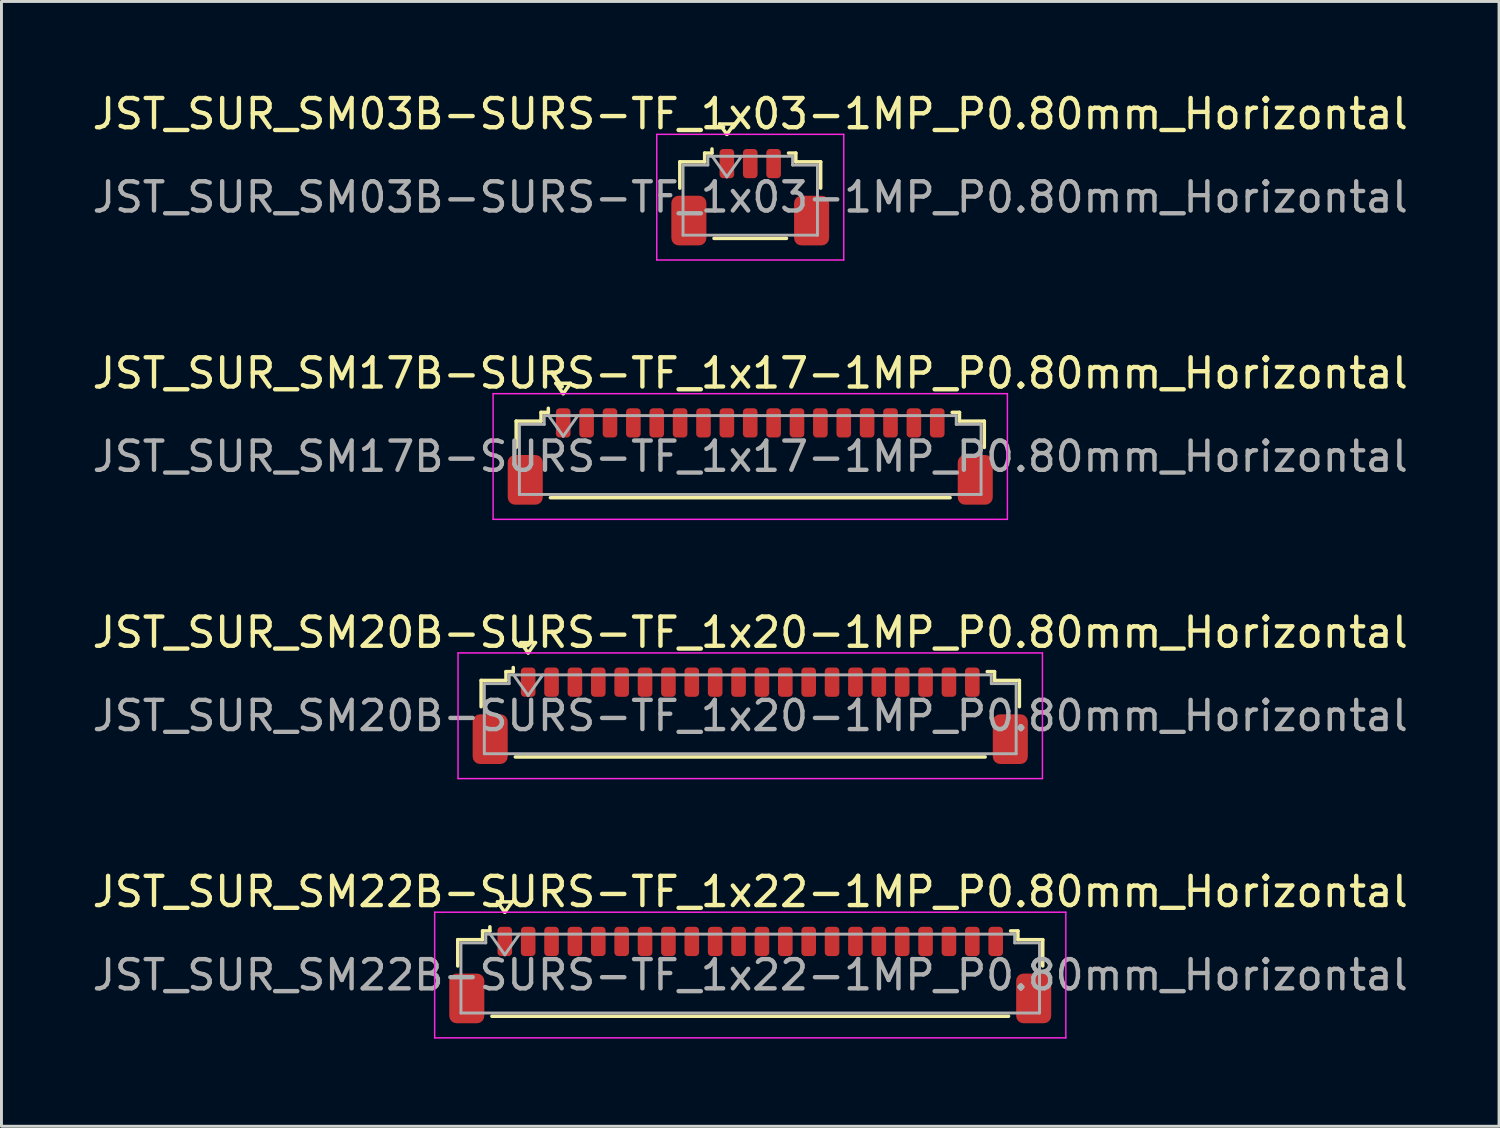
<source format=kicad_pcb>
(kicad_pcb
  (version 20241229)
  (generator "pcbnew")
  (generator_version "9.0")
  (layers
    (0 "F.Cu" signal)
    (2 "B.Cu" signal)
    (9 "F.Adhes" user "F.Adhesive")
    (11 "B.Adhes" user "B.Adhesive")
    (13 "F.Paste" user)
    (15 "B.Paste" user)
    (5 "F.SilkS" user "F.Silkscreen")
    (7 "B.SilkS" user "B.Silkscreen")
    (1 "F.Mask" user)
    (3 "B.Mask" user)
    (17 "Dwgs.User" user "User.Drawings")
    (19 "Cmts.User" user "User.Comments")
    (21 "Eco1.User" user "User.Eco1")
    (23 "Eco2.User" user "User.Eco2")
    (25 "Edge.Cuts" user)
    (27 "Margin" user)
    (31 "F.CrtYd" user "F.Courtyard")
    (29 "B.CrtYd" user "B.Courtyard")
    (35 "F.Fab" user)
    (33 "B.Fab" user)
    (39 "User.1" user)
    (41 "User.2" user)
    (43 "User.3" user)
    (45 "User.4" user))
  (footprint "JST_SUR_SM20B-SURS-TF_1x20-1MP_P0.80mm_Horizontal"
    (layer "F.Cu")
    (at 22.625 21.445)
    (property "Reference" "JST_SUR_SM20B-SURS-TF_1x20-1MP_P0.80mm_Horizontal" (at 0 -2.85 0) (layer "F.SilkS") (effects (font (size 1 1) (thickness 0.15))))
    (attr smd)
    (fp_line (start -9.21 -1.21) (end -8.36 -1.21) (stroke (width 0.12) (type solid)) (layer "F.SilkS"))
    (fp_line (start -9.21 -0.31) (end -9.21 -1.21) (stroke (width 0.12) (type solid)) (layer "F.SilkS"))
    (fp_line (start -8.36 -1.51) (end -8.11 -1.51) (stroke (width 0.12) (type solid)) (layer "F.SilkS"))
    (fp_line (start -8.36 -1.21) (end -8.36 -1.51) (stroke (width 0.12) (type solid)) (layer "F.SilkS"))
    (fp_line (start -8.11 -1.51) (end -8.11 -1.65) (stroke (width 0.12) (type solid)) (layer "F.SilkS"))
    (fp_line (start -8.04 1.41) (end 8.04 1.41) (stroke (width 0.12) (type solid)) (layer "F.SilkS"))
    (fp_line (start -7.85 -2.504) (end -7.6 -2.15) (stroke (width 0.12) (type solid)) (layer "F.SilkS"))
    (fp_line (start -7.6 -2.15) (end -7.35 -2.504) (stroke (width 0.12) (type solid)) (layer "F.SilkS"))
    (fp_line (start -7.35 -2.504) (end -7.85 -2.504) (stroke (width 0.12) (type solid)) (layer "F.SilkS"))
    (fp_line (start 8.36 -1.51) (end 8.11 -1.51) (stroke (width 0.12) (type solid)) (layer "F.SilkS"))
    (fp_line (start 8.36 -1.21) (end 8.36 -1.51) (stroke (width 0.12) (type solid)) (layer "F.SilkS"))
    (fp_line (start 9.21 -1.21) (end 8.36 -1.21) (stroke (width 0.12) (type solid)) (layer "F.SilkS"))
    (fp_line (start 9.21 -0.31) (end 9.21 -1.21) (stroke (width 0.12) (type solid)) (layer "F.SilkS"))
    (fp_line (start -10 -2.15) (end -10 2.15) (stroke (width 0.05) (type solid)) (layer "F.CrtYd"))
    (fp_line (start -10 2.15) (end 10 2.15) (stroke (width 0.05) (type solid)) (layer "F.CrtYd"))
    (fp_line (start 10 -2.15) (end -10 -2.15) (stroke (width 0.05) (type solid)) (layer "F.CrtYd"))
    (fp_line (start 10 2.15) (end 10 -2.15) (stroke (width 0.05) (type solid)) (layer "F.CrtYd"))
    (fp_line (start -9.1 -1.1) (end -9.1 1.3) (stroke (width 0.1) (type solid)) (layer "F.Fab"))
    (fp_line (start -9.1 -1.1) (end -8.25 -1.1) (stroke (width 0.1) (type solid)) (layer "F.Fab"))
    (fp_line (start -9.1 1.3) (end 9.1 1.3) (stroke (width 0.1) (type solid)) (layer "F.Fab"))
    (fp_line (start -8.25 -1.4) (end 8.25 -1.4) (stroke (width 0.1) (type solid)) (layer "F.Fab"))
    (fp_line (start -8.25 -1.1) (end -8.25 -1.4) (stroke (width 0.1) (type solid)) (layer "F.Fab"))
    (fp_line (start -8.1 -1.4) (end -7.6 -0.693) (stroke (width 0.1) (type solid)) (layer "F.Fab"))
    (fp_line (start -7.6 -0.693) (end -7.1 -1.4) (stroke (width 0.1) (type solid)) (layer "F.Fab"))
    (fp_line (start 8.25 -1.4) (end 8.25 -1.1) (stroke (width 0.1) (type solid)) (layer "F.Fab"))
    (fp_line (start 8.25 -1.1) (end 9.1 -1.1) (stroke (width 0.1) (type solid)) (layer "F.Fab"))
    (fp_line (start 9.1 -1.1) (end 9.1 1.3) (stroke (width 0.1) (type solid)) (layer "F.Fab"))
    (fp_text user "${REFERENCE}" (at 0 0 0) (layer "F.Fab") (effects (font (size 1 1) (thickness 0.15))))
    (pad "1" smd roundrect (at -7.6 -1.15) (size 0.5 1) (layers "F.Cu" "F.Mask" "F.Paste") (roundrect_rratio 0.25))
    (pad "2" smd roundrect (at -6.8 -1.15) (size 0.5 1) (layers "F.Cu" "F.Mask" "F.Paste") (roundrect_rratio 0.25))
    (pad "3" smd roundrect (at -6 -1.15) (size 0.5 1) (layers "F.Cu" "F.Mask" "F.Paste") (roundrect_rratio 0.25))
    (pad "4" smd roundrect (at -5.2 -1.15) (size 0.5 1) (layers "F.Cu" "F.Mask" "F.Paste") (roundrect_rratio 0.25))
    (pad "5" smd roundrect (at -4.4 -1.15) (size 0.5 1) (layers "F.Cu" "F.Mask" "F.Paste") (roundrect_rratio 0.25))
    (pad "6" smd roundrect (at -3.6 -1.15) (size 0.5 1) (layers "F.Cu" "F.Mask" "F.Paste") (roundrect_rratio 0.25))
    (pad "7" smd roundrect (at -2.8 -1.15) (size 0.5 1) (layers "F.Cu" "F.Mask" "F.Paste") (roundrect_rratio 0.25))
    (pad "8" smd roundrect (at -2 -1.15) (size 0.5 1) (layers "F.Cu" "F.Mask" "F.Paste") (roundrect_rratio 0.25))
    (pad "9" smd roundrect (at -1.2 -1.15) (size 0.5 1) (layers "F.Cu" "F.Mask" "F.Paste") (roundrect_rratio 0.25))
    (pad "10" smd roundrect (at -0.4 -1.15) (size 0.5 1) (layers "F.Cu" "F.Mask" "F.Paste") (roundrect_rratio 0.25))
    (pad "11" smd roundrect (at 0.4 -1.15) (size 0.5 1) (layers "F.Cu" "F.Mask" "F.Paste") (roundrect_rratio 0.25))
    (pad "12" smd roundrect (at 1.2 -1.15) (size 0.5 1) (layers "F.Cu" "F.Mask" "F.Paste") (roundrect_rratio 0.25))
    (pad "13" smd roundrect (at 2 -1.15) (size 0.5 1) (layers "F.Cu" "F.Mask" "F.Paste") (roundrect_rratio 0.25))
    (pad "14" smd roundrect (at 2.8 -1.15) (size 0.5 1) (layers "F.Cu" "F.Mask" "F.Paste") (roundrect_rratio 0.25))
    (pad "15" smd roundrect (at 3.6 -1.15) (size 0.5 1) (layers "F.Cu" "F.Mask" "F.Paste") (roundrect_rratio 0.25))
    (pad "16" smd roundrect (at 4.4 -1.15) (size 0.5 1) (layers "F.Cu" "F.Mask" "F.Paste") (roundrect_rratio 0.25))
    (pad "17" smd roundrect (at 5.2 -1.15) (size 0.5 1) (layers "F.Cu" "F.Mask" "F.Paste") (roundrect_rratio 0.25))
    (pad "18" smd roundrect (at 6 -1.15) (size 0.5 1) (layers "F.Cu" "F.Mask" "F.Paste") (roundrect_rratio 0.25))
    (pad "19" smd roundrect (at 6.8 -1.15) (size 0.5 1) (layers "F.Cu" "F.Mask" "F.Paste") (roundrect_rratio 0.25))
    (pad "20" smd roundrect (at 7.6 -1.15) (size 0.5 1) (layers "F.Cu" "F.Mask" "F.Paste") (roundrect_rratio 0.25))
    (pad "MP" smd roundrect (at -8.9 0.8) (size 1.2 1.7) (layers "F.Cu" "F.Mask" "F.Paste") (roundrect_rratio 0.208))
    (pad "MP" smd roundrect (at 8.9 0.8) (size 1.2 1.7) (layers "F.Cu" "F.Mask" "F.Paste") (roundrect_rratio 0.208)))
  (footprint "JST_SUR_SM22B-SURS-TF_1x22-1MP_P0.80mm_Horizontal"
    (layer "F.Cu")
    (at 22.625 30.318)
    (property "Reference" "JST_SUR_SM22B-SURS-TF_1x22-1MP_P0.80mm_Horizontal" (at 0 -2.85 0) (layer "F.SilkS") (effects (font (size 1 1) (thickness 0.15))))
    (attr smd)
    (fp_line (start -10.01 -1.21) (end -9.16 -1.21) (stroke (width 0.12) (type solid)) (layer "F.SilkS"))
    (fp_line (start -10.01 -0.31) (end -10.01 -1.21) (stroke (width 0.12) (type solid)) (layer "F.SilkS"))
    (fp_line (start -9.16 -1.51) (end -8.91 -1.51) (stroke (width 0.12) (type solid)) (layer "F.SilkS"))
    (fp_line (start -9.16 -1.21) (end -9.16 -1.51) (stroke (width 0.12) (type solid)) (layer "F.SilkS"))
    (fp_line (start -8.91 -1.51) (end -8.91 -1.65) (stroke (width 0.12) (type solid)) (layer "F.SilkS"))
    (fp_line (start -8.84 1.41) (end 8.84 1.41) (stroke (width 0.12) (type solid)) (layer "F.SilkS"))
    (fp_line (start -8.65 -2.504) (end -8.4 -2.15) (stroke (width 0.12) (type solid)) (layer "F.SilkS"))
    (fp_line (start -8.4 -2.15) (end -8.15 -2.504) (stroke (width 0.12) (type solid)) (layer "F.SilkS"))
    (fp_line (start -8.15 -2.504) (end -8.65 -2.504) (stroke (width 0.12) (type solid)) (layer "F.SilkS"))
    (fp_line (start 9.16 -1.51) (end 8.91 -1.51) (stroke (width 0.12) (type solid)) (layer "F.SilkS"))
    (fp_line (start 9.16 -1.21) (end 9.16 -1.51) (stroke (width 0.12) (type solid)) (layer "F.SilkS"))
    (fp_line (start 10.01 -1.21) (end 9.16 -1.21) (stroke (width 0.12) (type solid)) (layer "F.SilkS"))
    (fp_line (start 10.01 -0.31) (end 10.01 -1.21) (stroke (width 0.12) (type solid)) (layer "F.SilkS"))
    (fp_line (start -10.8 -2.15) (end -10.8 2.15) (stroke (width 0.05) (type solid)) (layer "F.CrtYd"))
    (fp_line (start -10.8 2.15) (end 10.8 2.15) (stroke (width 0.05) (type solid)) (layer "F.CrtYd"))
    (fp_line (start 10.8 -2.15) (end -10.8 -2.15) (stroke (width 0.05) (type solid)) (layer "F.CrtYd"))
    (fp_line (start 10.8 2.15) (end 10.8 -2.15) (stroke (width 0.05) (type solid)) (layer "F.CrtYd"))
    (fp_line (start -9.9 -1.1) (end -9.9 1.3) (stroke (width 0.1) (type solid)) (layer "F.Fab"))
    (fp_line (start -9.9 -1.1) (end -9.05 -1.1) (stroke (width 0.1) (type solid)) (layer "F.Fab"))
    (fp_line (start -9.9 1.3) (end 9.9 1.3) (stroke (width 0.1) (type solid)) (layer "F.Fab"))
    (fp_line (start -9.05 -1.4) (end 9.05 -1.4) (stroke (width 0.1) (type solid)) (layer "F.Fab"))
    (fp_line (start -9.05 -1.1) (end -9.05 -1.4) (stroke (width 0.1) (type solid)) (layer "F.Fab"))
    (fp_line (start -8.9 -1.4) (end -8.4 -0.693) (stroke (width 0.1) (type solid)) (layer "F.Fab"))
    (fp_line (start -8.4 -0.693) (end -7.9 -1.4) (stroke (width 0.1) (type solid)) (layer "F.Fab"))
    (fp_line (start 9.05 -1.4) (end 9.05 -1.1) (stroke (width 0.1) (type solid)) (layer "F.Fab"))
    (fp_line (start 9.05 -1.1) (end 9.9 -1.1) (stroke (width 0.1) (type solid)) (layer "F.Fab"))
    (fp_line (start 9.9 -1.1) (end 9.9 1.3) (stroke (width 0.1) (type solid)) (layer "F.Fab"))
    (fp_text user "${REFERENCE}" (at 0 0 0) (layer "F.Fab") (effects (font (size 1 1) (thickness 0.15))))
    (pad "1" smd roundrect (at -8.4 -1.15) (size 0.5 1) (layers "F.Cu" "F.Mask" "F.Paste") (roundrect_rratio 0.25))
    (pad "2" smd roundrect (at -7.6 -1.15) (size 0.5 1) (layers "F.Cu" "F.Mask" "F.Paste") (roundrect_rratio 0.25))
    (pad "3" smd roundrect (at -6.8 -1.15) (size 0.5 1) (layers "F.Cu" "F.Mask" "F.Paste") (roundrect_rratio 0.25))
    (pad "4" smd roundrect (at -6 -1.15) (size 0.5 1) (layers "F.Cu" "F.Mask" "F.Paste") (roundrect_rratio 0.25))
    (pad "5" smd roundrect (at -5.2 -1.15) (size 0.5 1) (layers "F.Cu" "F.Mask" "F.Paste") (roundrect_rratio 0.25))
    (pad "6" smd roundrect (at -4.4 -1.15) (size 0.5 1) (layers "F.Cu" "F.Mask" "F.Paste") (roundrect_rratio 0.25))
    (pad "7" smd roundrect (at -3.6 -1.15) (size 0.5 1) (layers "F.Cu" "F.Mask" "F.Paste") (roundrect_rratio 0.25))
    (pad "8" smd roundrect (at -2.8 -1.15) (size 0.5 1) (layers "F.Cu" "F.Mask" "F.Paste") (roundrect_rratio 0.25))
    (pad "9" smd roundrect (at -2 -1.15) (size 0.5 1) (layers "F.Cu" "F.Mask" "F.Paste") (roundrect_rratio 0.25))
    (pad "10" smd roundrect (at -1.2 -1.15) (size 0.5 1) (layers "F.Cu" "F.Mask" "F.Paste") (roundrect_rratio 0.25))
    (pad "11" smd roundrect (at -0.4 -1.15) (size 0.5 1) (layers "F.Cu" "F.Mask" "F.Paste") (roundrect_rratio 0.25))
    (pad "12" smd roundrect (at 0.4 -1.15) (size 0.5 1) (layers "F.Cu" "F.Mask" "F.Paste") (roundrect_rratio 0.25))
    (pad "13" smd roundrect (at 1.2 -1.15) (size 0.5 1) (layers "F.Cu" "F.Mask" "F.Paste") (roundrect_rratio 0.25))
    (pad "14" smd roundrect (at 2 -1.15) (size 0.5 1) (layers "F.Cu" "F.Mask" "F.Paste") (roundrect_rratio 0.25))
    (pad "15" smd roundrect (at 2.8 -1.15) (size 0.5 1) (layers "F.Cu" "F.Mask" "F.Paste") (roundrect_rratio 0.25))
    (pad "16" smd roundrect (at 3.6 -1.15) (size 0.5 1) (layers "F.Cu" "F.Mask" "F.Paste") (roundrect_rratio 0.25))
    (pad "17" smd roundrect (at 4.4 -1.15) (size 0.5 1) (layers "F.Cu" "F.Mask" "F.Paste") (roundrect_rratio 0.25))
    (pad "18" smd roundrect (at 5.2 -1.15) (size 0.5 1) (layers "F.Cu" "F.Mask" "F.Paste") (roundrect_rratio 0.25))
    (pad "19" smd roundrect (at 6 -1.15) (size 0.5 1) (layers "F.Cu" "F.Mask" "F.Paste") (roundrect_rratio 0.25))
    (pad "20" smd roundrect (at 6.8 -1.15) (size 0.5 1) (layers "F.Cu" "F.Mask" "F.Paste") (roundrect_rratio 0.25))
    (pad "21" smd roundrect (at 7.6 -1.15) (size 0.5 1) (layers "F.Cu" "F.Mask" "F.Paste") (roundrect_rratio 0.25))
    (pad "22" smd roundrect (at 8.4 -1.15) (size 0.5 1) (layers "F.Cu" "F.Mask" "F.Paste") (roundrect_rratio 0.25))
    (pad "MP" smd roundrect (at -9.7 0.8) (size 1.2 1.7) (layers "F.Cu" "F.Mask" "F.Paste") (roundrect_rratio 0.208))
    (pad "MP" smd roundrect (at 9.7 0.8) (size 1.2 1.7) (layers "F.Cu" "F.Mask" "F.Paste") (roundrect_rratio 0.208)))
  (footprint "JST_SUR_SM03B-SURS-TF_1x03-1MP_P0.80mm_Horizontal"
    (layer "F.Cu")
    (at 22.625 3.698)
    (property "Reference" "JST_SUR_SM03B-SURS-TF_1x03-1MP_P0.80mm_Horizontal" (at 0 -2.85 0) (layer "F.SilkS") (effects (font (size 1 1) (thickness 0.15))))
    (attr smd)
    (fp_line (start -2.41 -1.21) (end -1.56 -1.21) (stroke (width 0.12) (type solid)) (layer "F.SilkS"))
    (fp_line (start -2.41 -0.31) (end -2.41 -1.21) (stroke (width 0.12) (type solid)) (layer "F.SilkS"))
    (fp_line (start -1.56 -1.51) (end -1.31 -1.51) (stroke (width 0.12) (type solid)) (layer "F.SilkS"))
    (fp_line (start -1.56 -1.21) (end -1.56 -1.51) (stroke (width 0.12) (type solid)) (layer "F.SilkS"))
    (fp_line (start -1.31 -1.51) (end -1.31 -1.65) (stroke (width 0.12) (type solid)) (layer "F.SilkS"))
    (fp_line (start -1.24 1.41) (end 1.24 1.41) (stroke (width 0.12) (type solid)) (layer "F.SilkS"))
    (fp_line (start -1.05 -2.504) (end -0.8 -2.15) (stroke (width 0.12) (type solid)) (layer "F.SilkS"))
    (fp_line (start -0.8 -2.15) (end -0.55 -2.504) (stroke (width 0.12) (type solid)) (layer "F.SilkS"))
    (fp_line (start -0.55 -2.504) (end -1.05 -2.504) (stroke (width 0.12) (type solid)) (layer "F.SilkS"))
    (fp_line (start 1.56 -1.51) (end 1.31 -1.51) (stroke (width 0.12) (type solid)) (layer "F.SilkS"))
    (fp_line (start 1.56 -1.21) (end 1.56 -1.51) (stroke (width 0.12) (type solid)) (layer "F.SilkS"))
    (fp_line (start 2.41 -1.21) (end 1.56 -1.21) (stroke (width 0.12) (type solid)) (layer "F.SilkS"))
    (fp_line (start 2.41 -0.31) (end 2.41 -1.21) (stroke (width 0.12) (type solid)) (layer "F.SilkS"))
    (fp_line (start -3.2 -2.15) (end -3.2 2.15) (stroke (width 0.05) (type solid)) (layer "F.CrtYd"))
    (fp_line (start -3.2 2.15) (end 3.2 2.15) (stroke (width 0.05) (type solid)) (layer "F.CrtYd"))
    (fp_line (start 3.2 -2.15) (end -3.2 -2.15) (stroke (width 0.05) (type solid)) (layer "F.CrtYd"))
    (fp_line (start 3.2 2.15) (end 3.2 -2.15) (stroke (width 0.05) (type solid)) (layer "F.CrtYd"))
    (fp_line (start -2.3 -1.1) (end -2.3 1.3) (stroke (width 0.1) (type solid)) (layer "F.Fab"))
    (fp_line (start -2.3 -1.1) (end -1.45 -1.1) (stroke (width 0.1) (type solid)) (layer "F.Fab"))
    (fp_line (start -2.3 1.3) (end 2.3 1.3) (stroke (width 0.1) (type solid)) (layer "F.Fab"))
    (fp_line (start -1.45 -1.4) (end 1.45 -1.4) (stroke (width 0.1) (type solid)) (layer "F.Fab"))
    (fp_line (start -1.45 -1.1) (end -1.45 -1.4) (stroke (width 0.1) (type solid)) (layer "F.Fab"))
    (fp_line (start -1.3 -1.4) (end -0.8 -0.693) (stroke (width 0.1) (type solid)) (layer "F.Fab"))
    (fp_line (start -0.8 -0.693) (end -0.3 -1.4) (stroke (width 0.1) (type solid)) (layer "F.Fab"))
    (fp_line (start 1.45 -1.4) (end 1.45 -1.1) (stroke (width 0.1) (type solid)) (layer "F.Fab"))
    (fp_line (start 1.45 -1.1) (end 2.3 -1.1) (stroke (width 0.1) (type solid)) (layer "F.Fab"))
    (fp_line (start 2.3 -1.1) (end 2.3 1.3) (stroke (width 0.1) (type solid)) (layer "F.Fab"))
    (fp_text user "${REFERENCE}" (at 0 0 0) (layer "F.Fab") (effects (font (size 1 1) (thickness 0.15))))
    (pad "1" smd roundrect (at -0.8 -1.15) (size 0.5 1) (layers "F.Cu" "F.Mask" "F.Paste") (roundrect_rratio 0.25))
    (pad "2" smd roundrect (at 0 -1.15) (size 0.5 1) (layers "F.Cu" "F.Mask" "F.Paste") (roundrect_rratio 0.25))
    (pad "3" smd roundrect (at 0.8 -1.15) (size 0.5 1) (layers "F.Cu" "F.Mask" "F.Paste") (roundrect_rratio 0.25))
    (pad "MP" smd roundrect (at -2.1 0.8) (size 1.2 1.7) (layers "F.Cu" "F.Mask" "F.Paste") (roundrect_rratio 0.208))
    (pad "MP" smd roundrect (at 2.1 0.8) (size 1.2 1.7) (layers "F.Cu" "F.Mask" "F.Paste") (roundrect_rratio 0.208)))
  (footprint "JST_SUR_SM17B-SURS-TF_1x17-1MP_P0.80mm_Horizontal"
    (layer "F.Cu")
    (at 22.625 12.572)
    (property "Reference" "JST_SUR_SM17B-SURS-TF_1x17-1MP_P0.80mm_Horizontal" (at 0 -2.85 0) (layer "F.SilkS") (effects (font (size 1 1) (thickness 0.15))))
    (attr smd)
    (fp_line (start -8.01 -1.21) (end -7.16 -1.21) (stroke (width 0.12) (type solid)) (layer "F.SilkS"))
    (fp_line (start -8.01 -0.31) (end -8.01 -1.21) (stroke (width 0.12) (type solid)) (layer "F.SilkS"))
    (fp_line (start -7.16 -1.51) (end -6.91 -1.51) (stroke (width 0.12) (type solid)) (layer "F.SilkS"))
    (fp_line (start -7.16 -1.21) (end -7.16 -1.51) (stroke (width 0.12) (type solid)) (layer "F.SilkS"))
    (fp_line (start -6.91 -1.51) (end -6.91 -1.65) (stroke (width 0.12) (type solid)) (layer "F.SilkS"))
    (fp_line (start -6.84 1.41) (end 6.84 1.41) (stroke (width 0.12) (type solid)) (layer "F.SilkS"))
    (fp_line (start -6.65 -2.504) (end -6.4 -2.15) (stroke (width 0.12) (type solid)) (layer "F.SilkS"))
    (fp_line (start -6.4 -2.15) (end -6.15 -2.504) (stroke (width 0.12) (type solid)) (layer "F.SilkS"))
    (fp_line (start -6.15 -2.504) (end -6.65 -2.504) (stroke (width 0.12) (type solid)) (layer "F.SilkS"))
    (fp_line (start 7.16 -1.51) (end 6.91 -1.51) (stroke (width 0.12) (type solid)) (layer "F.SilkS"))
    (fp_line (start 7.16 -1.21) (end 7.16 -1.51) (stroke (width 0.12) (type solid)) (layer "F.SilkS"))
    (fp_line (start 8.01 -1.21) (end 7.16 -1.21) (stroke (width 0.12) (type solid)) (layer "F.SilkS"))
    (fp_line (start 8.01 -0.31) (end 8.01 -1.21) (stroke (width 0.12) (type solid)) (layer "F.SilkS"))
    (fp_line (start -8.8 -2.15) (end -8.8 2.15) (stroke (width 0.05) (type solid)) (layer "F.CrtYd"))
    (fp_line (start -8.8 2.15) (end 8.8 2.15) (stroke (width 0.05) (type solid)) (layer "F.CrtYd"))
    (fp_line (start 8.8 -2.15) (end -8.8 -2.15) (stroke (width 0.05) (type solid)) (layer "F.CrtYd"))
    (fp_line (start 8.8 2.15) (end 8.8 -2.15) (stroke (width 0.05) (type solid)) (layer "F.CrtYd"))
    (fp_line (start -7.9 -1.1) (end -7.9 1.3) (stroke (width 0.1) (type solid)) (layer "F.Fab"))
    (fp_line (start -7.9 -1.1) (end -7.05 -1.1) (stroke (width 0.1) (type solid)) (layer "F.Fab"))
    (fp_line (start -7.9 1.3) (end 7.9 1.3) (stroke (width 0.1) (type solid)) (layer "F.Fab"))
    (fp_line (start -7.05 -1.4) (end 7.05 -1.4) (stroke (width 0.1) (type solid)) (layer "F.Fab"))
    (fp_line (start -7.05 -1.1) (end -7.05 -1.4) (stroke (width 0.1) (type solid)) (layer "F.Fab"))
    (fp_line (start -6.9 -1.4) (end -6.4 -0.693) (stroke (width 0.1) (type solid)) (layer "F.Fab"))
    (fp_line (start -6.4 -0.693) (end -5.9 -1.4) (stroke (width 0.1) (type solid)) (layer "F.Fab"))
    (fp_line (start 7.05 -1.4) (end 7.05 -1.1) (stroke (width 0.1) (type solid)) (layer "F.Fab"))
    (fp_line (start 7.05 -1.1) (end 7.9 -1.1) (stroke (width 0.1) (type solid)) (layer "F.Fab"))
    (fp_line (start 7.9 -1.1) (end 7.9 1.3) (stroke (width 0.1) (type solid)) (layer "F.Fab"))
    (fp_text user "${REFERENCE}" (at 0 0 0) (layer "F.Fab") (effects (font (size 1 1) (thickness 0.15))))
    (pad "1" smd roundrect (at -6.4 -1.15) (size 0.5 1) (layers "F.Cu" "F.Mask" "F.Paste") (roundrect_rratio 0.25))
    (pad "2" smd roundrect (at -5.6 -1.15) (size 0.5 1) (layers "F.Cu" "F.Mask" "F.Paste") (roundrect_rratio 0.25))
    (pad "3" smd roundrect (at -4.8 -1.15) (size 0.5 1) (layers "F.Cu" "F.Mask" "F.Paste") (roundrect_rratio 0.25))
    (pad "4" smd roundrect (at -4 -1.15) (size 0.5 1) (layers "F.Cu" "F.Mask" "F.Paste") (roundrect_rratio 0.25))
    (pad "5" smd roundrect (at -3.2 -1.15) (size 0.5 1) (layers "F.Cu" "F.Mask" "F.Paste") (roundrect_rratio 0.25))
    (pad "6" smd roundrect (at -2.4 -1.15) (size 0.5 1) (layers "F.Cu" "F.Mask" "F.Paste") (roundrect_rratio 0.25))
    (pad "7" smd roundrect (at -1.6 -1.15) (size 0.5 1) (layers "F.Cu" "F.Mask" "F.Paste") (roundrect_rratio 0.25))
    (pad "8" smd roundrect (at -0.8 -1.15) (size 0.5 1) (layers "F.Cu" "F.Mask" "F.Paste") (roundrect_rratio 0.25))
    (pad "9" smd roundrect (at 0 -1.15) (size 0.5 1) (layers "F.Cu" "F.Mask" "F.Paste") (roundrect_rratio 0.25))
    (pad "10" smd roundrect (at 0.8 -1.15) (size 0.5 1) (layers "F.Cu" "F.Mask" "F.Paste") (roundrect_rratio 0.25))
    (pad "11" smd roundrect (at 1.6 -1.15) (size 0.5 1) (layers "F.Cu" "F.Mask" "F.Paste") (roundrect_rratio 0.25))
    (pad "12" smd roundrect (at 2.4 -1.15) (size 0.5 1) (layers "F.Cu" "F.Mask" "F.Paste") (roundrect_rratio 0.25))
    (pad "13" smd roundrect (at 3.2 -1.15) (size 0.5 1) (layers "F.Cu" "F.Mask" "F.Paste") (roundrect_rratio 0.25))
    (pad "14" smd roundrect (at 4 -1.15) (size 0.5 1) (layers "F.Cu" "F.Mask" "F.Paste") (roundrect_rratio 0.25))
    (pad "15" smd roundrect (at 4.8 -1.15) (size 0.5 1) (layers "F.Cu" "F.Mask" "F.Paste") (roundrect_rratio 0.25))
    (pad "16" smd roundrect (at 5.6 -1.15) (size 0.5 1) (layers "F.Cu" "F.Mask" "F.Paste") (roundrect_rratio 0.25))
    (pad "17" smd roundrect (at 6.4 -1.15) (size 0.5 1) (layers "F.Cu" "F.Mask" "F.Paste") (roundrect_rratio 0.25))
    (pad "MP" smd roundrect (at -7.7 0.8) (size 1.2 1.7) (layers "F.Cu" "F.Mask" "F.Paste") (roundrect_rratio 0.208))
    (pad "MP" smd roundrect (at 7.7 0.8) (size 1.2 1.7) (layers "F.Cu" "F.Mask" "F.Paste") (roundrect_rratio 0.208)))
  (gr_rect
    (start -3 -3)
    (end 48.25 35.493)
    (stroke (width 0.1) (type default))
    (fill no)
    (layer "Edge.Cuts")))
</source>
